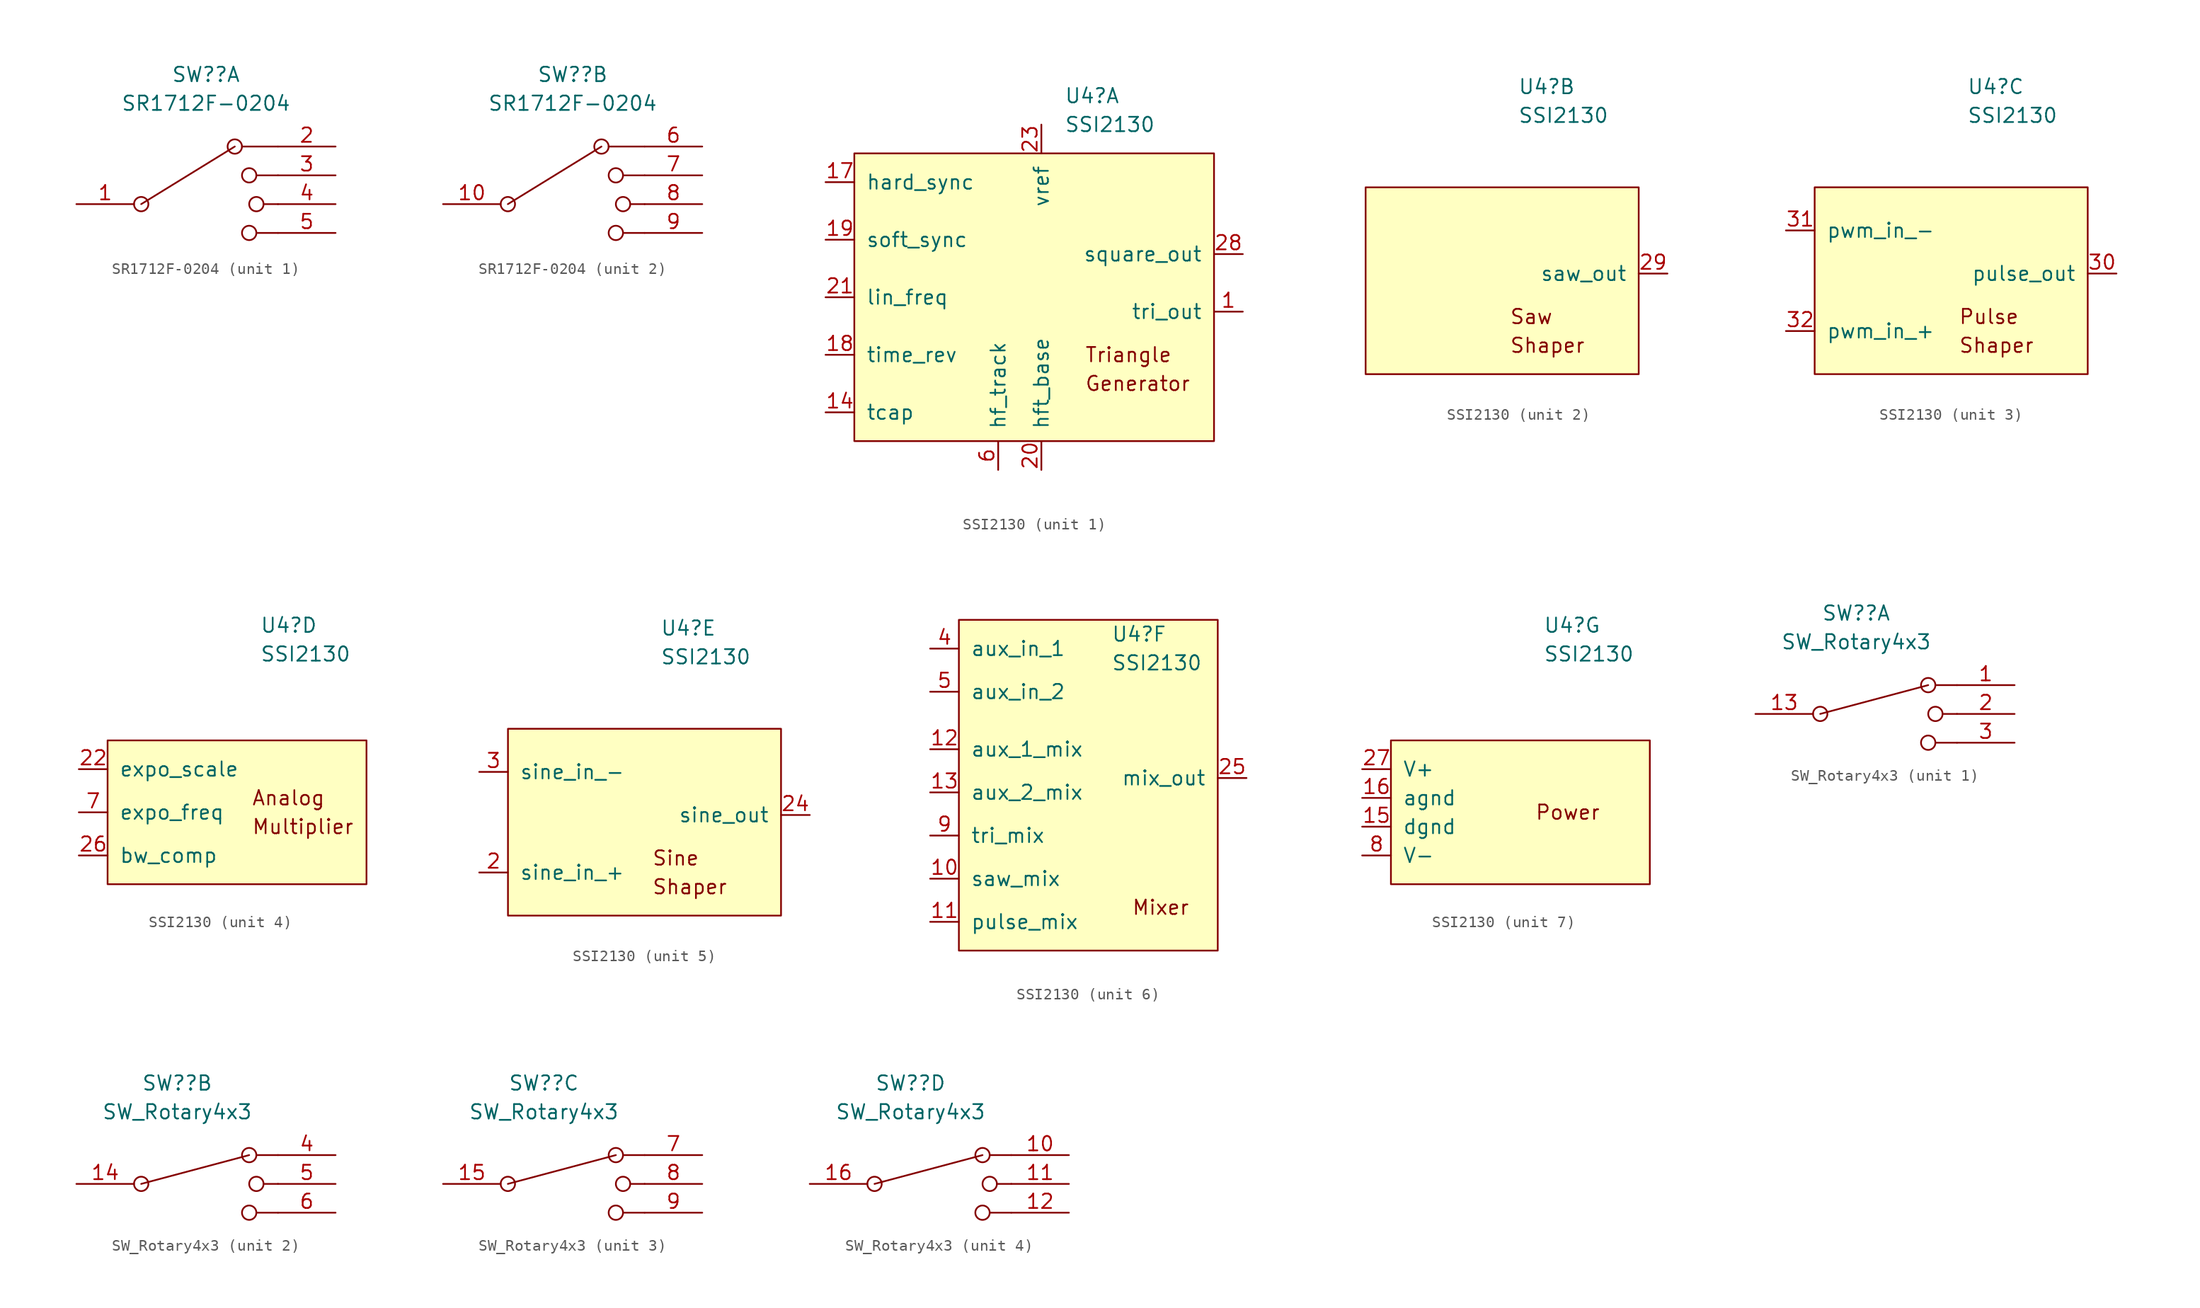
<source format=kicad_sym>
(kicad_symbol_lib
  (version 20220914)
  (generator kicad_symbol_editor)
  (symbol "SR1712F-0204"
    (pin_names
      (offset 1.016) hide)
    (property "Reference" "SW?"
      (at 1.27 11.43 0)
      (effects (font (size 1.27 1.27))))
    (property "Value" "SR1712F-0204"
      (at 1.27 8.89 0)
      (effects (font (size 1.27 1.27))))
    (property "ki_locked" ""
      (at 0 0 0)
      (effects (font (size 1.27 1.27))))
    (symbol "SR1712F-0204_0_0"
      (circle (center -4.445 0) (radius 0.635) (stroke (width 0) (type default)) (fill (type none)))
      (polyline (pts (xy -4.445 0) (xy 3.81 5.08)) (stroke (width 0) (type default)) (fill (type none)))
      (polyline (pts (xy 4.445 5.08) (xy 7.62 5.08)) (stroke (width 0) (type default)) (fill (type none)))
      (polyline (pts (xy 5.715 -2.54) (xy 7.62 -2.54)) (stroke (width 0) (type default)) (fill (type none)))
      (polyline (pts (xy 5.715 2.54) (xy 7.62 2.54)) (stroke (width 0) (type default)) (fill (type none)))
      (polyline (pts (xy 6.35 0) (xy 7.62 0)) (stroke (width 0) (type default)) (fill (type none)))
      (circle (center 3.81 5.08) (radius 0.635) (stroke (width 0) (type default)) (fill (type none)))
      (circle (center 5.08 -2.54) (radius 0.635) (stroke (width 0) (type default)) (fill (type none)))
      (circle (center 5.08 2.54) (radius 0.635) (stroke (width 0) (type default)) (fill (type none)))
      (circle (center 5.715 0) (radius 0.635) (stroke (width 0) (type default)) (fill (type none))))
    (symbol "SR1712F-0204_1_1"
      (pin passive line (at -10.16 0 0) (length 5.08) (name "1" (effects (font (size 1.27 1.27)))) (number "1" (effects (font (size 1.27 1.27)))))
      (pin passive line (at 12.7 5.08 180) (length 5.08) (name "2" (effects (font (size 1.27 1.27)))) (number "2" (effects (font (size 1.27 1.27)))))
      (pin passive line (at 12.7 2.54 180) (length 5.08) (name "3" (effects (font (size 1.27 1.27)))) (number "3" (effects (font (size 1.27 1.27)))))
      (pin passive line (at 12.7 0 180) (length 5.08) (name "4" (effects (font (size 1.27 1.27)))) (number "4" (effects (font (size 1.27 1.27)))))
      (pin passive line (at 12.7 -2.54 180) (length 5.08) (name "5" (effects (font (size 1.27 1.27)))) (number "5" (effects (font (size 1.27 1.27))))))
    (symbol "SR1712F-0204_2_1"
      (pin passive line (at -10.16 0 0) (length 5.08) (name "10" (effects (font (size 1.27 1.27)))) (number "10" (effects (font (size 1.27 1.27)))))
      (pin passive line (at 12.7 5.08 180) (length 5.08) (name "6" (effects (font (size 1.27 1.27)))) (number "6" (effects (font (size 1.27 1.27)))))
      (pin passive line (at 12.7 2.54 180) (length 5.08) (name "7" (effects (font (size 1.27 1.27)))) (number "7" (effects (font (size 1.27 1.27)))))
      (pin passive line (at 12.7 0 180) (length 5.08) (name "8" (effects (font (size 1.27 1.27)))) (number "8" (effects (font (size 1.27 1.27)))))
      (pin passive line (at 12.7 -2.54 180) (length 5.08) (name "9" (effects (font (size 1.27 1.27)))) (number "9" (effects (font (size 1.27 1.27)))))))
  (symbol "SSI2130"
    (pin_names
      (offset 1.016))
    (property "Reference" "U4"
      (at 2.019 16.51 0)
      (effects (font (size 1.27 1.27)) (justify left)))
    (property "Value" "SSI2130"
      (at 2.019 13.97 0)
      (effects (font (size 1.27 1.27)) (justify left)))
    (property "ki_locked" ""
      (at 0 0 0)
      (effects (font (size 1.27 1.27))))
    (symbol "SSI2130_1_0"
      (polyline (pts (xy -16.51 11.43) (xy -16.51 -13.97) (xy 15.24 -13.97) (xy 15.24 11.43) (xy 6.35 11.43) (xy -16.51 11.43)) (stroke (width 0) (type default)) (fill (type background)))
      (text "Generator" (at 3.81 -8.89 0) (effects (font (size 1.27 1.27)) (justify left)))
      (text "Triangle" (at 3.81 -6.35 0) (effects (font (size 1.27 1.27)) (justify left))))
    (symbol "SSI2130_1_1"
      (pin output line (at 17.78 -2.54 180) (length 2.54) (name "tri_out" (effects (font (size 1.27 1.27)))) (number "1" (effects (font (size 1.27 1.27)))))
      (pin input line (at -19.05 -11.43 0) (length 2.54) (name "tcap" (effects (font (size 1.27 1.27)))) (number "14" (effects (font (size 1.27 1.27)))))
      (pin input line (at -19.05 8.89 0) (length 2.54) (name "hard_sync" (effects (font (size 1.27 1.27)))) (number "17" (effects (font (size 1.27 1.27)))))
      (pin input line (at -19.05 -6.35 0) (length 2.54) (name "time_rev" (effects (font (size 1.27 1.27)))) (number "18" (effects (font (size 1.27 1.27)))))
      (pin input line (at -19.05 3.81 0) (length 2.54) (name "soft_sync" (effects (font (size 1.27 1.27)))) (number "19" (effects (font (size 1.27 1.27)))))
      (pin input line (at 0 -16.51 90) (length 2.54) (name "hft_base" (effects (font (size 1.27 1.27)))) (number "20" (effects (font (size 1.27 1.27)))))
      (pin input line (at -19.05 -1.27 0) (length 2.54) (name "lin_freq" (effects (font (size 1.27 1.27)))) (number "21" (effects (font (size 1.27 1.27)))))
      (pin input line (at 0 13.97 270) (length 2.54) (name "vref" (effects (font (size 1.27 1.27)))) (number "23" (effects (font (size 1.27 1.27)))))
      (pin output line (at 17.78 2.54 180) (length 2.54) (name "square_out" (effects (font (size 1.27 1.27)))) (number "28" (effects (font (size 1.27 1.27)))))
      (pin input line (at -3.81 -16.51 90) (length 2.54) (name "hf_track" (effects (font (size 1.27 1.27)))) (number "6" (effects (font (size 1.27 1.27))))))
    (symbol "SSI2130_2_1"
      (polyline (pts (xy -11.43 0) (xy -11.43 7.62) (xy 12.7 7.62) (xy 12.7 -8.89) (xy -11.43 -8.89) (xy -11.43 0)) (stroke (width 0) (type default)) (fill (type background)))
      (text "Saw" (at 1.27 -3.81 0) (effects (font (size 1.27 1.27)) (justify left)))
      (text "Shaper" (at 1.27 -6.35 0) (effects (font (size 1.27 1.27)) (justify left)))
      (pin output line (at 15.24 0 180) (length 2.54) (name "saw_out" (effects (font (size 1.27 1.27)))) (number "29" (effects (font (size 1.27 1.27))))))
    (symbol "SSI2130_3_1"
      (polyline (pts (xy 12.7 7.62) (xy -11.43 7.62) (xy -11.43 -8.89) (xy 12.7 -8.89) (xy 12.7 7.62)) (stroke (width 0) (type default)) (fill (type background)))
      (text "Pulse" (at 1.27 -3.81 0) (effects (font (size 1.27 1.27)) (justify left)))
      (text "Shaper" (at 1.27 -6.35 0) (effects (font (size 1.27 1.27)) (justify left)))
      (pin output line (at 15.24 0 180) (length 2.54) (name "pulse_out" (effects (font (size 1.27 1.27)))) (number "30" (effects (font (size 1.27 1.27)))))
      (pin input line (at -13.97 3.81 0) (length 2.54) (name "pwm_in_-" (effects (font (size 1.27 1.27)))) (number "31" (effects (font (size 1.27 1.27)))))
      (pin input line (at -13.97 -5.08 0) (length 2.54) (name "pwm_in_+" (effects (font (size 1.27 1.27)))) (number "32" (effects (font (size 1.27 1.27))))))
    (symbol "SSI2130_4_1"
      (polyline (pts (xy -11.43 6.35) (xy -11.43 -6.35) (xy 11.43 -6.35) (xy 11.43 6.35) (xy -11.43 6.35)) (stroke (width 0) (type default)) (fill (type background)))
      (text "Analog" (at 1.27 1.27 0) (effects (font (size 1.27 1.27)) (justify left)))
      (text "Multiplier" (at 1.27 -1.27 0) (effects (font (size 1.27 1.27)) (justify left)))
      (pin input line (at -13.97 3.81 0) (length 2.54) (name "expo_scale" (effects (font (size 1.27 1.27)))) (number "22" (effects (font (size 1.27 1.27)))))
      (pin input line (at -13.97 -3.81 0) (length 2.54) (name "bw_comp" (effects (font (size 1.27 1.27)))) (number "26" (effects (font (size 1.27 1.27)))))
      (pin input line (at -13.97 0 0) (length 2.54) (name "expo_freq" (effects (font (size 1.27 1.27)))) (number "7" (effects (font (size 1.27 1.27))))))
    (symbol "SSI2130_5_1"
      (polyline (pts (xy -11.43 7.62) (xy -11.43 -8.89) (xy 12.7 -8.89) (xy 12.7 7.62) (xy -11.43 7.62)) (stroke (width 0) (type default)) (fill (type background)))
      (text "Shaper" (at 1.27 -6.35 0) (effects (font (size 1.27 1.27)) (justify left)))
      (text "Sine" (at 1.27 -3.81 0) (effects (font (size 1.27 1.27)) (justify left)))
      (pin input line (at -13.97 -5.08 0) (length 2.54) (name "sine_in_+" (effects (font (size 1.27 1.27)))) (number "2" (effects (font (size 1.27 1.27)))))
      (pin output line (at 15.24 0 180) (length 2.54) (name "sine_out" (effects (font (size 1.27 1.27)))) (number "24" (effects (font (size 1.27 1.27)))))
      (pin input line (at -13.97 3.81 0) (length 2.54) (name "sine_in_-" (effects (font (size 1.27 1.27)))) (number "3" (effects (font (size 1.27 1.27))))))
    (symbol "SSI2130_6_1"
      (polyline (pts (xy 11.43 -11.43) (xy -11.43 -11.43) (xy -11.43 10.16) (xy -11.43 17.78) (xy 11.43 17.78) (xy 11.43 -11.43)) (stroke (width 0) (type default)) (fill (type background)))
      (text "Mixer" (at 3.81 -7.62 0) (effects (font (size 1.27 1.27)) (justify left)))
      (pin input line (at -13.97 -5.08 0) (length 2.54) (name "saw_mix" (effects (font (size 1.27 1.27)))) (number "10" (effects (font (size 1.27 1.27)))))
      (pin input line (at -13.97 -8.89 0) (length 2.54) (name "pulse_mix" (effects (font (size 1.27 1.27)))) (number "11" (effects (font (size 1.27 1.27)))))
      (pin input line (at -13.97 6.35 0) (length 2.54) (name "aux_1_mix" (effects (font (size 1.27 1.27)))) (number "12" (effects (font (size 1.27 1.27)))))
      (pin input line (at -13.97 2.54 0) (length 2.54) (name "aux_2_mix" (effects (font (size 1.27 1.27)))) (number "13" (effects (font (size 1.27 1.27)))))
      (pin output line (at 13.97 3.81 180) (length 2.54) (name "mix_out" (effects (font (size 1.27 1.27)))) (number "25" (effects (font (size 1.27 1.27)))))
      (pin input line (at -13.97 15.24 0) (length 2.54) (name "aux_in_1" (effects (font (size 1.27 1.27)))) (number "4" (effects (font (size 1.27 1.27)))))
      (pin input line (at -13.97 11.43 0) (length 2.54) (name "aux_in_2" (effects (font (size 1.27 1.27)))) (number "5" (effects (font (size 1.27 1.27)))))
      (pin input line (at -13.97 -1.27 0) (length 2.54) (name "tri_mix" (effects (font (size 1.27 1.27)))) (number "9" (effects (font (size 1.27 1.27))))))
    (symbol "SSI2130_7_1"
      (polyline (pts (xy -11.43 6.35) (xy -11.43 -6.35) (xy 11.43 -6.35) (xy 11.43 6.35) (xy -11.43 6.35)) (stroke (width 0) (type default)) (fill (type background)))
      (text "Power" (at 1.27 0 0) (effects (font (size 1.27 1.27)) (justify left)))
      (pin power_in line (at -13.97 -1.27 0) (length 2.54) (name "dgnd" (effects (font (size 1.27 1.27)))) (number "15" (effects (font (size 1.27 1.27)))))
      (pin power_in line (at -13.97 1.27 0) (length 2.54) (name "agnd" (effects (font (size 1.27 1.27)))) (number "16" (effects (font (size 1.27 1.27)))))
      (pin power_in line (at -13.97 3.81 0) (length 2.54) (name "V+" (effects (font (size 1.27 1.27)))) (number "27" (effects (font (size 1.27 1.27)))))
      (pin power_in line (at -13.97 -3.81 0) (length 2.54) (name "V-" (effects (font (size 1.27 1.27)))) (number "8" (effects (font (size 1.27 1.27)))))))
  (symbol "SW_Rotary4x3"
    (pin_names
      (offset 1.016) hide)
    (property "Reference" "SW?"
      (at -1.27 8.89 0)
      (effects (font (size 1.27 1.27))))
    (property "Value" "SW_Rotary4x3"
      (at -1.27 6.35 0)
      (effects (font (size 1.27 1.27))))
    (property "ki_locked" ""
      (at 0 0 0)
      (effects (font (size 1.27 1.27))))
    (symbol "SW_Rotary4x3_0_0"
      (circle (center -4.445 0) (radius 0.635) (stroke (width 0) (type default)) (fill (type none)))
      (polyline (pts (xy -4.445 0) (xy 5.08 2.54)) (stroke (width 0) (type default)) (fill (type none)))
      (polyline (pts (xy 5.715 -2.54) (xy 7.62 -2.54)) (stroke (width 0) (type default)) (fill (type none)))
      (polyline (pts (xy 5.715 2.54) (xy 7.62 2.54)) (stroke (width 0) (type default)) (fill (type none)))
      (polyline (pts (xy 6.35 0) (xy 7.62 0)) (stroke (width 0) (type default)) (fill (type none)))
      (circle (center 5.08 -2.54) (radius 0.635) (stroke (width 0) (type default)) (fill (type none)))
      (circle (center 5.08 2.54) (radius 0.635) (stroke (width 0) (type default)) (fill (type none)))
      (circle (center 5.715 0) (radius 0.635) (stroke (width 0) (type default)) (fill (type none))))
    (symbol "SW_Rotary4x3_1_1"
      (pin passive line (at 12.7 2.54 180) (length 5.08) (name "1" (effects (font (size 1.27 1.27)))) (number "1" (effects (font (size 1.27 1.27)))))
      (pin passive line (at -10.16 0 0) (length 5.08) (name "13" (effects (font (size 1.27 1.27)))) (number "13" (effects (font (size 1.27 1.27)))))
      (pin passive line (at 12.7 0 180) (length 5.08) (name "2" (effects (font (size 1.27 1.27)))) (number "2" (effects (font (size 1.27 1.27)))))
      (pin passive line (at 12.7 -2.54 180) (length 5.08) (name "3" (effects (font (size 1.27 1.27)))) (number "3" (effects (font (size 1.27 1.27))))))
    (symbol "SW_Rotary4x3_2_1"
      (pin passive line (at -10.16 0 0) (length 5.08) (name "14" (effects (font (size 1.27 1.27)))) (number "14" (effects (font (size 1.27 1.27)))))
      (pin passive line (at 12.7 2.54 180) (length 5.08) (name "4" (effects (font (size 1.27 1.27)))) (number "4" (effects (font (size 1.27 1.27)))))
      (pin passive line (at 12.7 0 180) (length 5.08) (name "5" (effects (font (size 1.27 1.27)))) (number "5" (effects (font (size 1.27 1.27)))))
      (pin passive line (at 12.7 -2.54 180) (length 5.08) (name "6" (effects (font (size 1.27 1.27)))) (number "6" (effects (font (size 1.27 1.27))))))
    (symbol "SW_Rotary4x3_3_1"
      (pin passive line (at -10.16 0 0) (length 5.08) (name "15" (effects (font (size 1.27 1.27)))) (number "15" (effects (font (size 1.27 1.27)))))
      (pin passive line (at 12.7 2.54 180) (length 5.08) (name "7" (effects (font (size 1.27 1.27)))) (number "7" (effects (font (size 1.27 1.27)))))
      (pin passive line (at 12.7 0 180) (length 5.08) (name "8" (effects (font (size 1.27 1.27)))) (number "8" (effects (font (size 1.27 1.27)))))
      (pin passive line (at 12.7 -2.54 180) (length 5.08) (name "9" (effects (font (size 1.27 1.27)))) (number "9" (effects (font (size 1.27 1.27))))))
    (symbol "SW_Rotary4x3_4_1"
      (pin passive line (at 12.7 2.54 180) (length 5.08) (name "10" (effects (font (size 1.27 1.27)))) (number "10" (effects (font (size 1.27 1.27)))))
      (pin passive line (at 12.7 0 180) (length 5.08) (name "11" (effects (font (size 1.27 1.27)))) (number "11" (effects (font (size 1.27 1.27)))))
      (pin passive line (at 12.7 -2.54 180) (length 5.08) (name "12" (effects (font (size 1.27 1.27)))) (number "12" (effects (font (size 1.27 1.27)))))
      (pin passive line (at -10.16 0 0) (length 5.08) (name "16" (effects (font (size 1.27 1.27)))) (number "16" (effects (font (size 1.27 1.27))))))))
</source>
